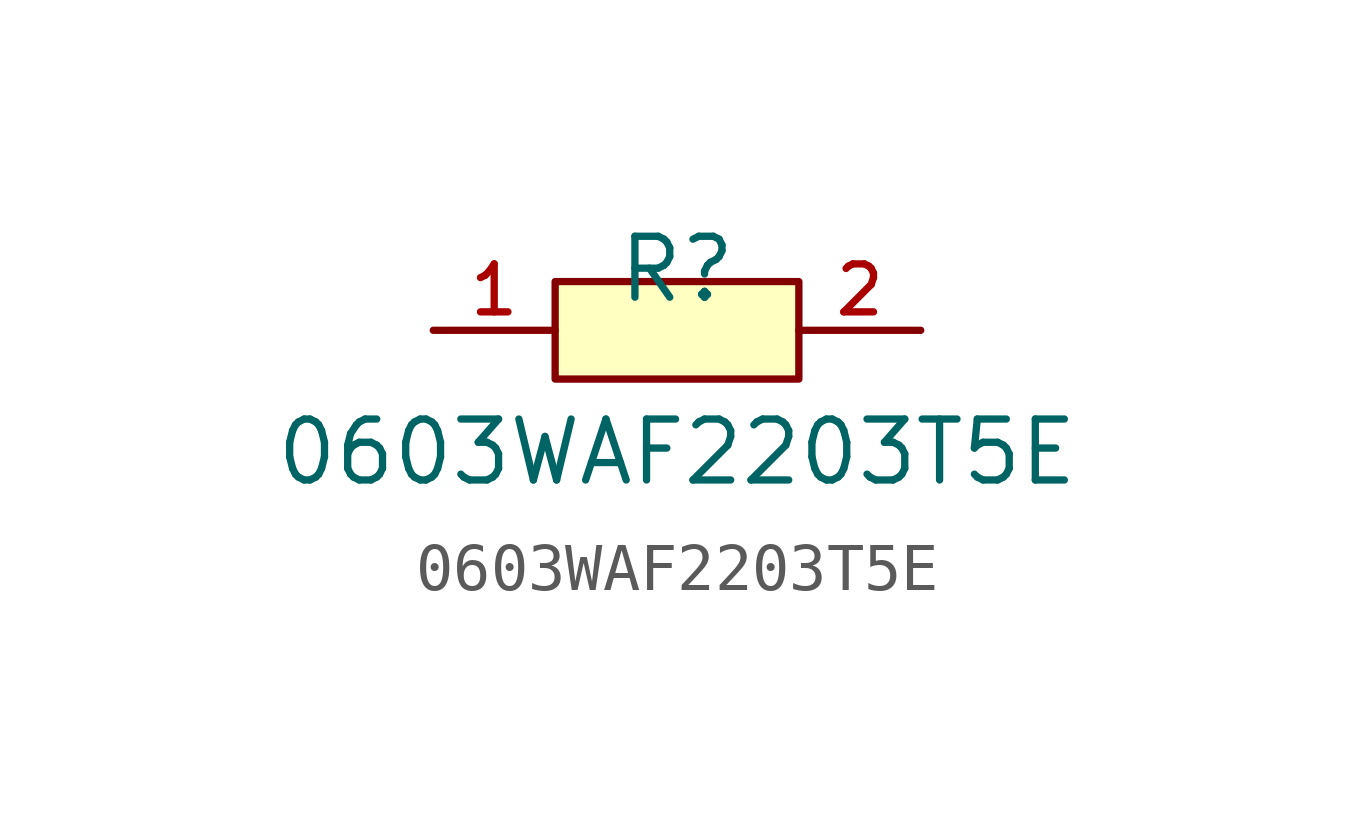
<source format=kicad_sym>
(kicad_symbol_lib
  (version 20210201)
  (generator TousstNicolas/JLC2KiCad_lib)
  (symbol "0603WAF2203T5E"
    (pin_names hide)
    (property "Reference" "R"
      (at 0 1.27 0)
      (effects (font (size 1.27 1.27))))
    (property "Value" "0603WAF2203T5E"
      (at 0 -2.54 0)
      (effects (font (size 1.27 1.27))))
    (symbol "0603WAF2203T5E_0_1"
      (pin input line (at 5.08 -0.0 180) (length 2.54) (name "2" (effects (font (size 1 1)))) (number "2" (effects (font (size 1 1)))))
      (pin input line (at -5.08 -0.0 0) (length 2.54) (name "1" (effects (font (size 1 1)))) (number "1" (effects (font (size 1 1)))))
      (rectangle (start -2.54 1.016) (end 2.54 -1.016) (stroke (width 0) (type default) (color 0 0 0 0)) (fill (type background))))))
</source>
